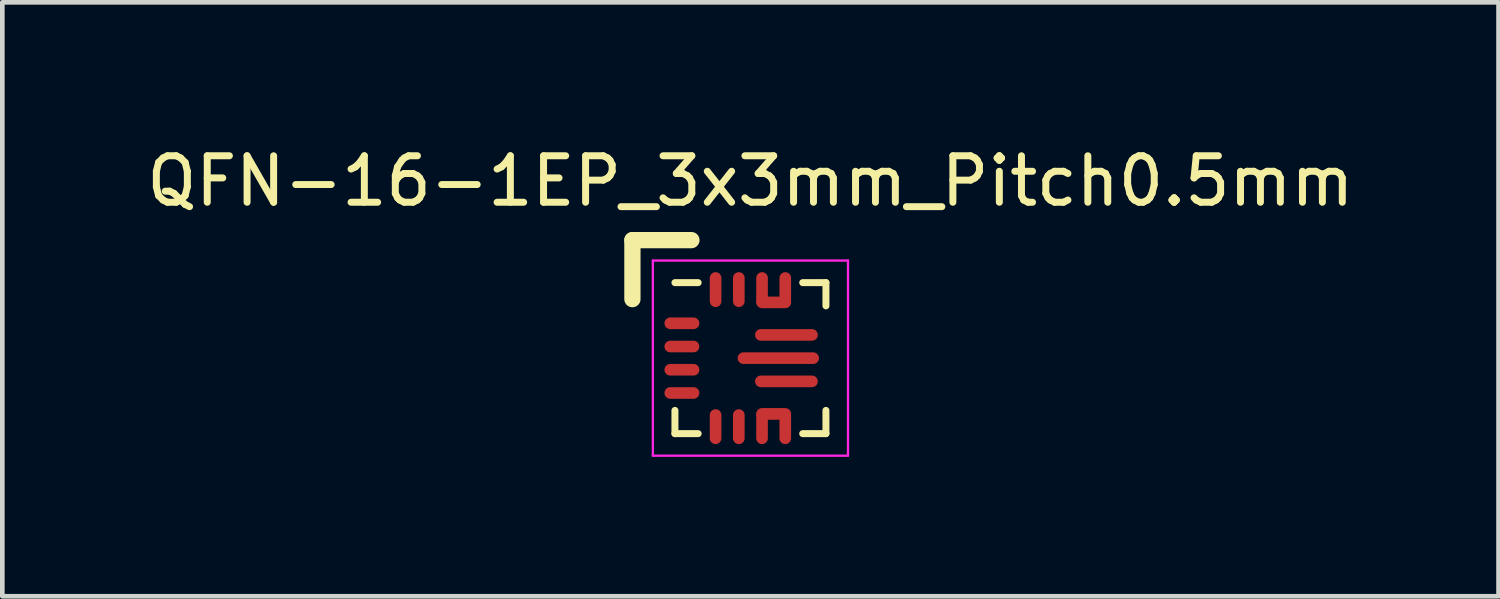
<source format=kicad_pcb>
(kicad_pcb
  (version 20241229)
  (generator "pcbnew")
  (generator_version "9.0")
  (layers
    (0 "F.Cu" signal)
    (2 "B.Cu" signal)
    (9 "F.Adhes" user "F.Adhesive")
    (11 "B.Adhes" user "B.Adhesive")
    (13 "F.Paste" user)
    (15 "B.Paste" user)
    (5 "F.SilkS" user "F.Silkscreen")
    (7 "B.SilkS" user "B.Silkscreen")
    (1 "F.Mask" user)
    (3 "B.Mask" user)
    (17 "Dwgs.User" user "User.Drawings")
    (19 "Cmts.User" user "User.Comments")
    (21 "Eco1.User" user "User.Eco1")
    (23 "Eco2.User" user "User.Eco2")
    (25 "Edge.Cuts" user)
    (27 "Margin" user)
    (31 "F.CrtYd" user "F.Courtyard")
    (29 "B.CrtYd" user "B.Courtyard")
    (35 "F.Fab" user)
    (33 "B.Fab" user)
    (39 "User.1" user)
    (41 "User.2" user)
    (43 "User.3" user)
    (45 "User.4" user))
  (footprint "QFN-16-1EP_3x3mm_Pitch0.5mm"
    (layer "F.Cu")
    (at 13.101 4.658)
    (property "Reference" "QFN-16-1EP_3x3mm_Pitch0.5mm" (at 0 -3.81 0) (layer "F.SilkS") (effects (font (size 1 1) (thickness 0.15))))
    (attr smd)
    (fp_line (start -2.54 -2.54) (end -2.54 -1.27) (stroke (width 0.35) (type solid)) (layer "F.SilkS"))
    (fp_line (start -1.625 -1.625) (end -1.125 -1.625) (stroke (width 0.15) (type solid)) (layer "F.SilkS"))
    (fp_line (start -1.625 1.625) (end -1.625 1.125) (stroke (width 0.15) (type solid)) (layer "F.SilkS"))
    (fp_line (start -1.625 1.625) (end -1.125 1.625) (stroke (width 0.15) (type solid)) (layer "F.SilkS"))
    (fp_line (start -1.27 -2.54) (end -2.54 -2.54) (stroke (width 0.35) (type solid)) (layer "F.SilkS"))
    (fp_line (start 1.625 -1.625) (end 1.125 -1.625) (stroke (width 0.15) (type solid)) (layer "F.SilkS"))
    (fp_line (start 1.625 -1.625) (end 1.625 -1.125) (stroke (width 0.15) (type solid)) (layer "F.SilkS"))
    (fp_line (start 1.625 1.625) (end 1.125 1.625) (stroke (width 0.15) (type solid)) (layer "F.SilkS"))
    (fp_line (start 1.625 1.625) (end 1.625 1.125) (stroke (width 0.15) (type solid)) (layer "F.SilkS"))
    (fp_line (start -2.1 -2.1) (end -2.1 2.1) (stroke (width 0.05) (type solid)) (layer "F.CrtYd"))
    (fp_line (start -2.1 -2.1) (end 2.1 -2.1) (stroke (width 0.05) (type solid)) (layer "F.CrtYd"))
    (fp_line (start -2.1 2.1) (end 2.1 2.1) (stroke (width 0.05) (type solid)) (layer "F.CrtYd"))
    (fp_line (start 2.1 -2.1) (end 2.1 2.1) (stroke (width 0.05) (type solid)) (layer "F.CrtYd"))
    (pad "1" smd oval (at -1.475 -0.75) (size 0.75 0.25) (layers "F.Cu" "F.Mask" "F.Paste"))
    (pad "2" smd oval (at -1.475 -0.25) (size 0.75 0.25) (layers "F.Cu" "F.Mask" "F.Paste"))
    (pad "3" smd oval (at -1.475 0.25) (size 0.75 0.25) (layers "F.Cu" "F.Mask" "F.Paste"))
    (pad "4" smd oval (at -1.475 0.75) (size 0.75 0.25) (layers "F.Cu" "F.Mask" "F.Paste"))
    (pad "5" smd oval (at -0.75 1.475 90) (size 0.75 0.25) (layers "F.Cu" "F.Mask" "F.Paste"))
    (pad "6" smd oval (at -0.25 1.475 90) (size 0.75 0.25) (layers "F.Cu" "F.Mask" "F.Paste"))
    (pad "7" smd oval (at 0.25 1.475 90) (size 0.75 0.25) (layers "F.Cu" "F.Mask" "F.Paste"))
    (pad "7" smd oval (at 0.5 1.2) (size 0.75 0.25) (layers "F.Cu" "F.Mask" "F.Paste"))
    (pad "8" smd oval (at 0.75 1.475 90) (size 0.75 0.25) (layers "F.Cu" "F.Mask" "F.Paste"))
    (pad "9" smd oval (at 0.775 0.5) (size 1.35 0.25) (layers "F.Cu" "F.Mask" "F.Paste"))
    (pad "10" smd oval (at 0.6 0) (size 1.75 0.25) (layers "F.Cu" "F.Mask" "F.Paste"))
    (pad "11" smd oval (at 0.775 -0.5) (size 1.35 0.25) (layers "F.Cu" "F.Mask" "F.Paste"))
    (pad "12" smd oval (at 0.75 -1.475 90) (size 0.75 0.25) (layers "F.Cu" "F.Mask" "F.Paste"))
    (pad "13" smd oval (at 0.25 -1.475 90) (size 0.75 0.25) (layers "F.Cu" "F.Mask" "F.Paste"))
    (pad "13" smd oval (at 0.5 -1.2) (size 0.75 0.25) (layers "F.Cu" "F.Mask" "F.Paste"))
    (pad "14" smd oval (at -0.25 -1.475 90) (size 0.75 0.25) (layers "F.Cu" "F.Mask" "F.Paste"))
    (pad "15" smd oval (at -0.75 -1.475 90) (size 0.75 0.25) (layers "F.Cu" "F.Mask" "F.Paste")))
  (gr_rect
    (start -3 -3)
    (end 29.202 9.783)
    (stroke (width 0.1) (type default))
    (fill no)
    (layer "Edge.Cuts")))
</source>
